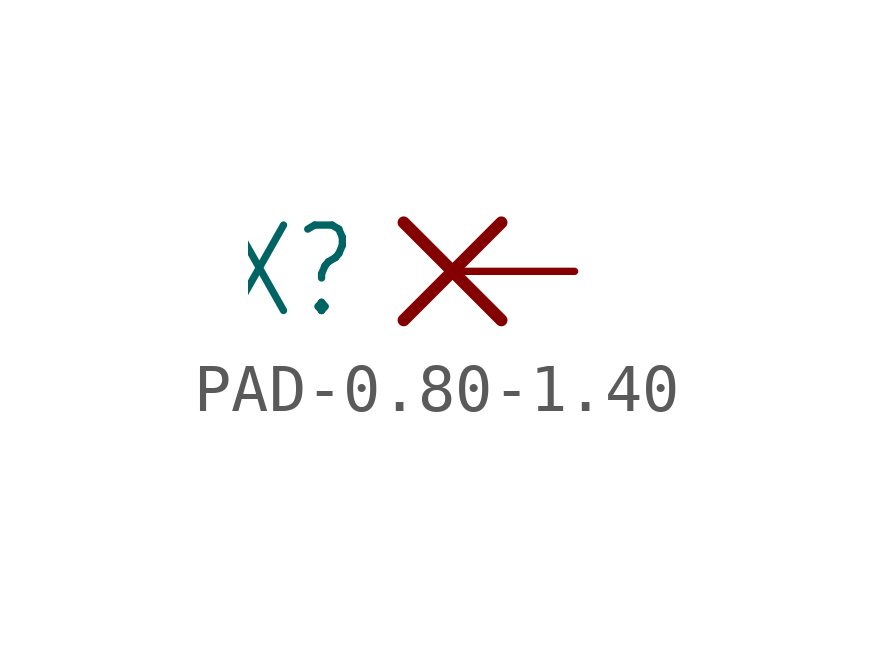
<source format=kicad_sym>
(kicad_symbol_lib
  (version 20211014)
  (generator kicad_symbol_editor)
  (symbol "PAD-0.80-1.40"
    (property "Reference" "X"
      (at -1.905 0 0)
      (effects (font (size 1.778 1.511)) (justify right)))
    (property "ki_locked" ""
      (at 0 0 0)
      (effects (font (size 1.27 1.27))))
    (symbol "PAD-0.80-1.40_1_0"
      (polyline (pts (xy -1.016 -1.016) (xy 1.016 1.016)) (stroke (width 0.254) (type default) (color 0 0 0 0)) (fill (type none)))
      (polyline (pts (xy -1.016 1.016) (xy 1.016 -1.016)) (stroke (width 0.254) (type default) (color 0 0 0 0)) (fill (type none)))
      (pin passive line (at 2.54 0 180) (length 2.54) (name "P" (effects (font (size 0 0)))) (number "1" (effects (font (size 0 0))))))))
</source>
